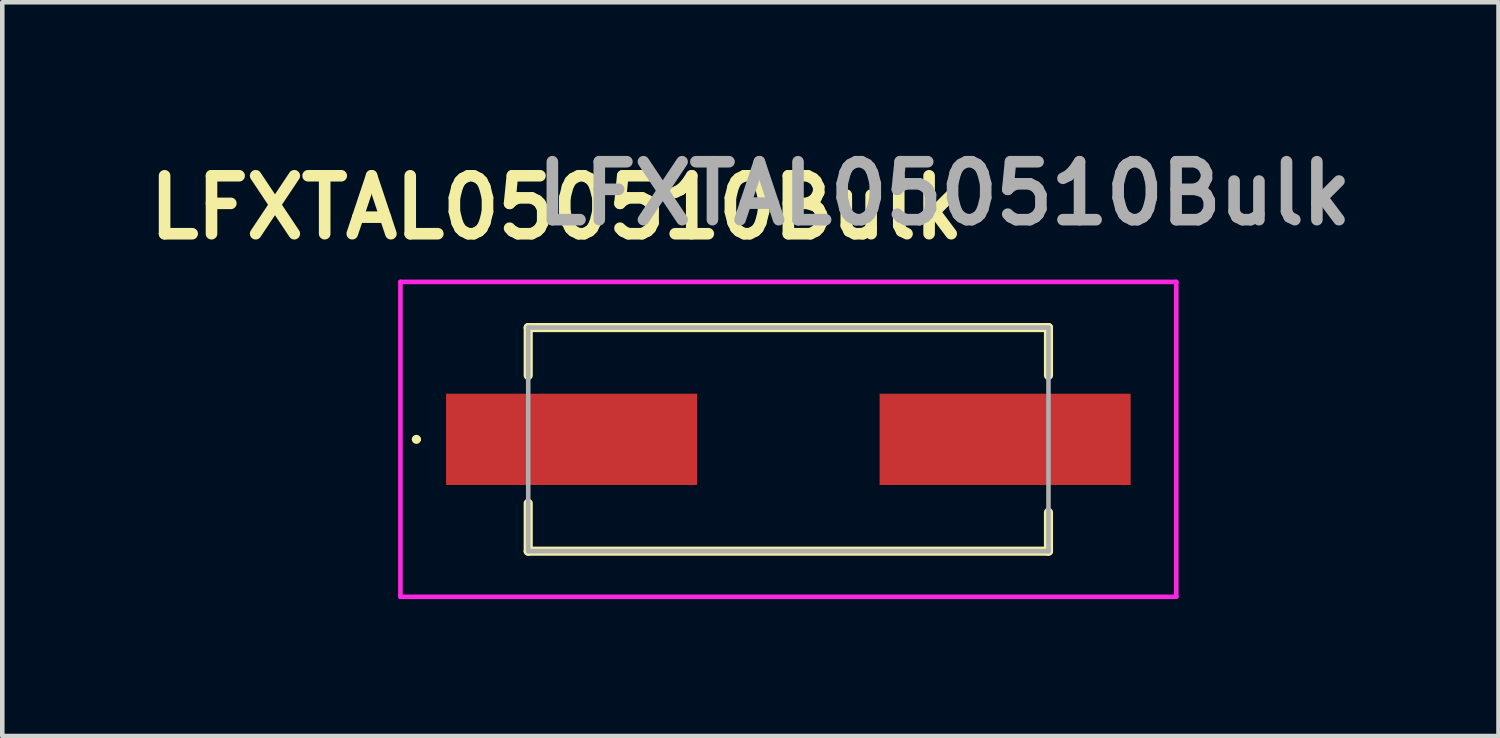
<source format=kicad_pcb>
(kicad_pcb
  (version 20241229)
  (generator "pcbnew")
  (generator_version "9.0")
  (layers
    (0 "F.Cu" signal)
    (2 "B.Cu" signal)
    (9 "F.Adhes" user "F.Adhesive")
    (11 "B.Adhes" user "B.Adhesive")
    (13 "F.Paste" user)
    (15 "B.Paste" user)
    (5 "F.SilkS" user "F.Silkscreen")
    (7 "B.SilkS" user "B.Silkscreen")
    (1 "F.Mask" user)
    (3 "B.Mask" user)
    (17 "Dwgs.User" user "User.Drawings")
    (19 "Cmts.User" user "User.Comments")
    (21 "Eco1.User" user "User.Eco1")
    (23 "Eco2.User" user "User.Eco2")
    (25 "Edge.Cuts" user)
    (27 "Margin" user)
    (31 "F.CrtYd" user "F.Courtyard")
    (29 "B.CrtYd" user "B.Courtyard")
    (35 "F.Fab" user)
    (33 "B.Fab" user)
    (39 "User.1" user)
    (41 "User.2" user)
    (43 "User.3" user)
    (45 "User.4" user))
  (footprint "LFXTAL050510Bulk"
    (layer "F.Cu")
    (at 14.224 6.577)
    (property "Reference" "LFXTAL050510Bulk" (at -5.08 -5.08 0) (layer "F.SilkS") (effects (font (size 1.27 1.27) (thickness 0.254))))
    (attr smd)
    (fp_line (start -8.2 0) (end -8.2 0) (stroke (width 0.1) (type solid)) (layer "F.SilkS"))
    (fp_line (start -8.1 0) (end -8.1 0) (stroke (width 0.1) (type solid)) (layer "F.SilkS"))
    (fp_line (start -5.7 -2.45) (end -5.7 -1.4) (stroke (width 0.2) (type solid)) (layer "F.SilkS"))
    (fp_line (start -5.7 1.4) (end -5.7 2.45) (stroke (width 0.2) (type solid)) (layer "F.SilkS"))
    (fp_line (start -5.7 2.45) (end 5.7 2.45) (stroke (width 0.2) (type solid)) (layer "F.SilkS"))
    (fp_line (start 5.7 -2.45) (end -5.7 -2.45) (stroke (width 0.2) (type solid)) (layer "F.SilkS"))
    (fp_line (start 5.7 -1.4) (end 5.7 -2.45) (stroke (width 0.2) (type solid)) (layer "F.SilkS"))
    (fp_line (start 5.7 2.45) (end 5.7 1.6) (stroke (width 0.2) (type solid)) (layer "F.SilkS"))
    (fp_arc (start -8.2 0) (mid -8.15 -0.05) (end -8.1 0) (stroke (width 0.1) (type solid)) (layer "F.SilkS"))
    (fp_arc (start -8.1 0) (mid -8.15 0.05) (end -8.2 0) (stroke (width 0.1) (type solid)) (layer "F.SilkS"))
    (fp_line (start -8.5 -3.45) (end 8.5 -3.45) (stroke (width 0.1) (type solid)) (layer "F.CrtYd"))
    (fp_line (start -8.5 3.45) (end -8.5 -3.45) (stroke (width 0.1) (type solid)) (layer "F.CrtYd"))
    (fp_line (start 8.5 -3.45) (end 8.5 3.45) (stroke (width 0.1) (type solid)) (layer "F.CrtYd"))
    (fp_line (start 8.5 3.45) (end -8.5 3.45) (stroke (width 0.1) (type solid)) (layer "F.CrtYd"))
    (fp_line (start -5.7 -2.45) (end -5.7 2.45) (stroke (width 0.1) (type solid)) (layer "F.Fab"))
    (fp_line (start -5.7 2.45) (end 5.7 2.45) (stroke (width 0.1) (type solid)) (layer "F.Fab"))
    (fp_line (start 5.7 -2.45) (end -5.7 -2.45) (stroke (width 0.1) (type solid)) (layer "F.Fab"))
    (fp_line (start 5.7 2.45) (end 5.7 -2.45) (stroke (width 0.1) (type solid)) (layer "F.Fab"))
    (fp_text user "${REFERENCE}" (at 3.417 -5.388 0) (layer "F.Fab") (effects (font (size 1.27 1.27) (thickness 0.254))))
    (pad "1" smd rect (at -4.75 0 90) (size 2 5.5) (layers "F.Cu" "F.Mask" "F.Paste"))
    (pad "2" smd rect (at 4.75 0 90) (size 2 5.5) (layers "F.Cu" "F.Mask" "F.Paste")))
  (gr_rect
    (start -3 -3)
    (end 29.785 13.077)
    (stroke (width 0.1) (type default))
    (fill no)
    (layer "Edge.Cuts")))
</source>
